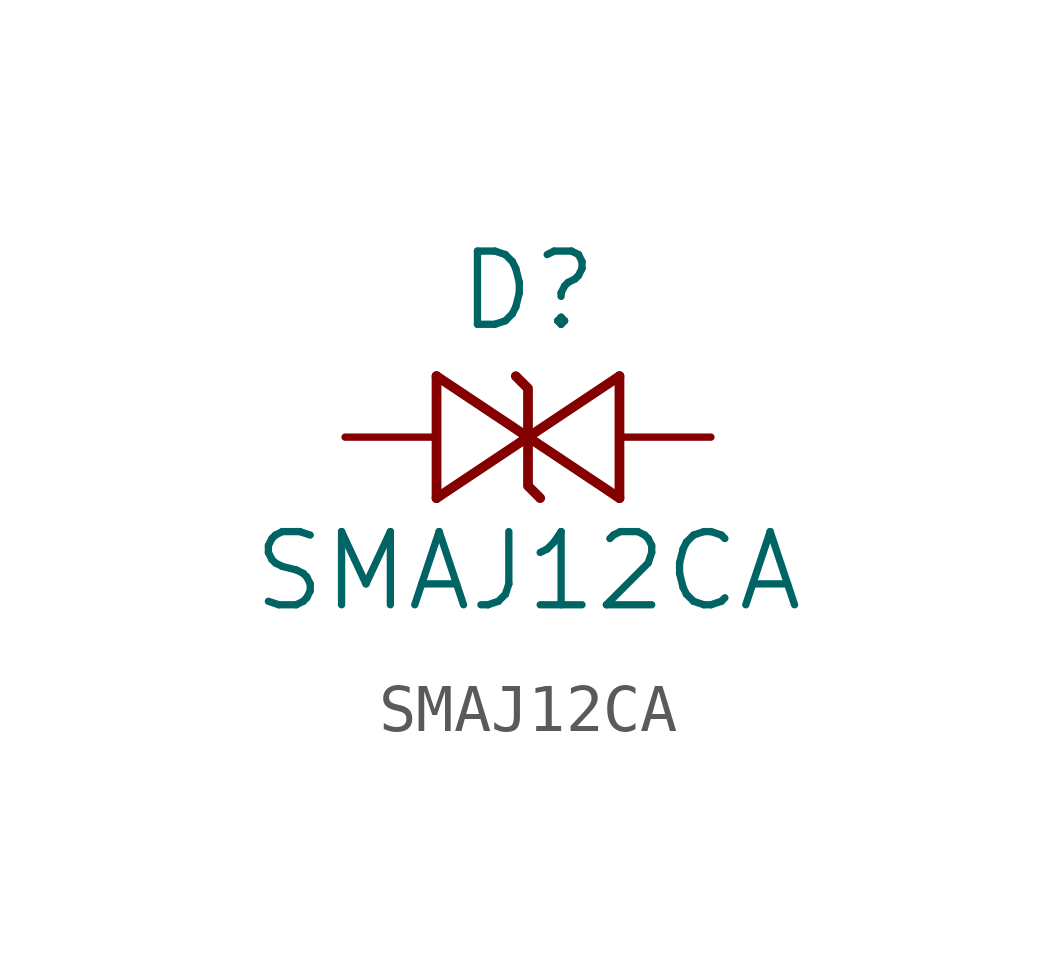
<source format=kicad_sym>
(kicad_symbol_lib
  (version 20241209)
  (generator "kicad_symbol_editor")
  (generator_version "9.0")
  (symbol "SMAJ12CA"
    (pin_names
      (offset 0.254))
    (property "Reference" "D"
      (at 6.35 3.048 0)
      (effects (font (size 1.524 1.524))))
    (property "Value" "SMAJ12CA"
      (at 6.35 -2.794 0)
      (effects (font (size 1.524 1.524))))
    (property "ki_locked" ""
      (at 0 0 0)
      (effects (font (size 1.27 1.27))))
    (symbol "SMAJ12CA_0_1"
      (polyline (pts (xy 4.445 1.27) (xy 4.445 -1.27)) (stroke (width 0.203) (type default)) (fill (type none)))
      (polyline (pts (xy 4.445 -1.27) (xy 6.35 0)) (stroke (width 0.203) (type default)) (fill (type none)))
      (polyline (pts (xy 6.35 0) (xy 4.445 1.27)) (stroke (width 0.203) (type default)) (fill (type none)))
      (polyline (pts (xy 6.35 0) (xy 8.255 -1.27)) (stroke (width 0.203) (type default)) (fill (type none)))
      (polyline (pts (xy 8.255 1.27) (xy 6.35 0)) (stroke (width 0.203) (type default)) (fill (type none)))
      (polyline (pts (xy 8.255 -1.27) (xy 8.255 1.27)) (stroke (width 0.203) (type default)) (fill (type none))))
    (symbol "SMAJ12CA_1_1"
      (polyline (pts (xy 6.35 0) (xy 6.35 1.016) (xy 6.096 1.27)) (stroke (width 0.203) (type solid)) (fill (type none)))
      (polyline (pts (xy 6.35 0) (xy 6.35 -1.016) (xy 6.604 -1.27)) (stroke (width 0.203) (type solid)) (fill (type none)))
      (pin passive line (at 2.54 0 0) (length 1.905) (name "" (effects (font (size 1.27 1.27)))) (number "1" (effects (font (size 0 0)))))
      (pin passive line (at 10.16 0 180) (length 1.905) (name "" (effects (font (size 1.27 1.27)))) (number "2" (effects (font (size 0 0))))))))
</source>
